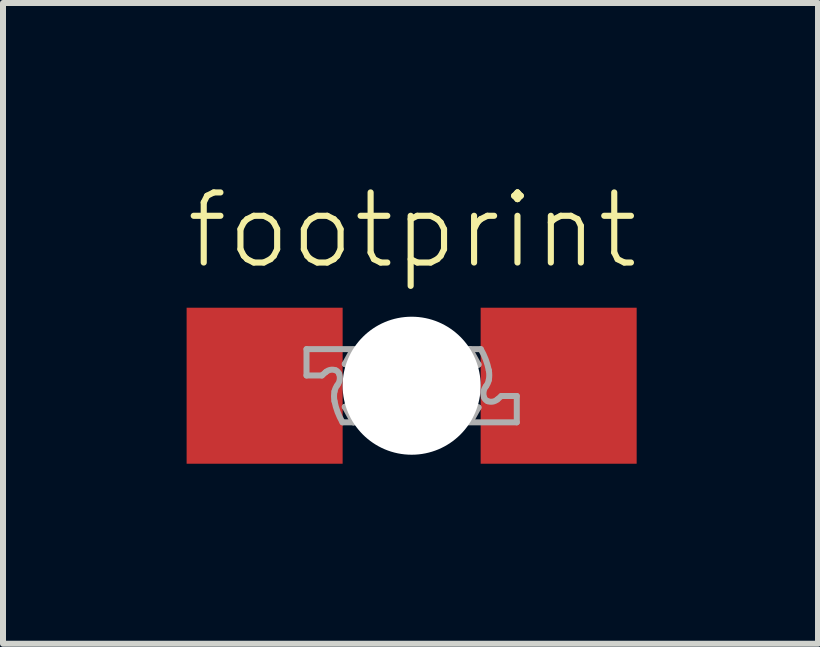
<source format=kicad_pcb>
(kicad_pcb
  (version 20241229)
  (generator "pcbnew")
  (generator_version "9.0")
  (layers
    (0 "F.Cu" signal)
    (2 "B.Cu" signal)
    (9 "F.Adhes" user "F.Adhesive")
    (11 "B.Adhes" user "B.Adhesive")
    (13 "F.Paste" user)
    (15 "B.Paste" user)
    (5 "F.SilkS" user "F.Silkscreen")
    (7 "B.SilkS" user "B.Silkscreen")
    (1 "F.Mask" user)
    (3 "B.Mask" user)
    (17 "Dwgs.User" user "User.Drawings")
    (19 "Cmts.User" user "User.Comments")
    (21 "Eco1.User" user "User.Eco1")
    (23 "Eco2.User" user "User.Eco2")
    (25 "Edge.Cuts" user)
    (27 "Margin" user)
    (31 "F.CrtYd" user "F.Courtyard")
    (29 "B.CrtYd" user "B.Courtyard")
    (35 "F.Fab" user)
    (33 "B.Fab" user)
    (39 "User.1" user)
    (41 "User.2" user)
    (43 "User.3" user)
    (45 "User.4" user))
  (footprint "footprint"
    (layer "F.Cu")
    (at 3.81 3.378)
    (property "Reference" "footprint" (at -3.81 -1.905 0) (layer "F.SilkS") (effects (font (size 1.168 1.168) (thickness 0.102)) (justify left bottom)))
    (fp_poly (pts (xy -3.007 -0.176) (xy -2.997 -0.176) (xy -2.997 -0.185) (xy -3.007 -0.185)) (stroke (width 0) (type solid)) (fill yes) (layer "F.Cu"))
    (fp_poly (pts (xy 2.503 -0.014) (xy 2.494 -0.014) (xy 2.494 -0.005) (xy 2.503 -0.005)) (stroke (width 0) (type solid)) (fill yes) (layer "F.Cu"))
    (fp_poly (pts (xy -1.825 0.2) (xy -1.15 0.2) (xy -1.15 -0.9) (xy -1.825 -0.9)) (stroke (width 0) (type solid)) (fill yes) (layer "F.Mask"))
    (fp_poly (pts (xy 1.825 -0.2) (xy 1.15 -0.2) (xy 1.15 0.9) (xy 1.825 0.9)) (stroke (width 0) (type solid)) (fill yes) (layer "F.Mask"))
    (fp_line (start -0.305 0.048) (end -0.305 -0.048) (stroke (width 0.1) (type solid)) (layer "F.SilkS"))
    (fp_line (start -0.086 -0.267) (end 0.229 -0.267) (stroke (width 0.1) (type solid)) (layer "F.SilkS"))
    (fp_line (start -0.086 0.267) (end 0.229 0.267) (stroke (width 0.1) (type solid)) (layer "F.SilkS"))
    (fp_line (start 0.229 -0.267) (end 0.543 -0.295) (stroke (width 0.1) (type solid)) (layer "F.SilkS"))
    (fp_line (start 0.543 0.295) (end 0.229 0.267) (stroke (width 0.1) (type solid)) (layer "F.SilkS"))
    (fp_arc (start -0.3048 -0.0476) (mid -0.240626 -0.202528) (end -0.085698 -0.2667) (stroke (width 0.1) (type solid)) (layer "F.SilkS"))
    (fp_arc (start -0.0857 0.2667) (mid -0.240628 0.202526) (end -0.3048 0.047598) (stroke (width 0.1) (type solid)) (layer "F.SilkS"))
    (fp_arc (start 0.5429 -0.2952) (mid 0.625631 -0.28408) (end 0.695301 -0.2381) (stroke (width 0.1) (type solid)) (layer "F.SilkS"))
    (fp_arc (start 0.6953 -0.2381) (mid 0.768602 -0.128263) (end 0.799999 0) (stroke (width 0.1) (type solid)) (layer "F.SilkS"))
    (fp_arc (start 0.695301 0.2381) (mid 0.625631 0.28408) (end 0.5429 0.2952) (stroke (width 0.1) (type solid)) (layer "F.SilkS"))
    (fp_arc (start 0.799999 0) (mid 0.768601 0.128263) (end 0.6953 0.2381) (stroke (width 0.1) (type solid)) (layer "F.SilkS"))
    (fp_circle (center 0 0) (end 0.952 0) (stroke (width 0.1) (type solid)) (fill no) (layer "F.SilkS"))
    (fp_poly (pts (xy -0.1 0.1) (xy 0.1 0.1) (xy 0.1 -0.1) (xy -0.1 -0.1)) (stroke (width 0) (type solid)) (fill yes) (layer "F.SilkS"))
    (fp_poly (pts (xy -1.8 0.05) (xy -1.175 0.05) (xy -1.175 -0.725) (xy -1.8 -0.725)) (stroke (width 0) (type solid)) (fill yes) (layer "F.Paste"))
    (fp_poly (pts (xy 1.8 -0.05) (xy 1.175 -0.05) (xy 1.175 0.725) (xy 1.8 0.725)) (stroke (width 0) (type solid)) (fill yes) (layer "F.Paste"))
    (fp_line (start -1.752 -0.61) (end -1.752 -0.171) (stroke (width 0.1) (type solid)) (layer "F.Fab"))
    (fp_line (start -1.752 -0.171) (end -1.495 -0.171) (stroke (width 0.1) (type solid)) (layer "F.Fab"))
    (fp_line (start -1.495 -0.171) (end -1.429 -0.229) (stroke (width 0.1) (type solid)) (layer "F.Fab"))
    (fp_line (start -1.152 0.61) (end -0.971 0.61) (stroke (width 0.1) (type solid)) (layer "F.Fab"))
    (fp_line (start -1.114 -0.362) (end -0.971 -0.295) (stroke (width 0.1) (type solid)) (layer "F.Fab"))
    (fp_line (start -1.114 0.352) (end -0.971 0.61) (stroke (width 0.1) (type solid)) (layer "F.Fab"))
    (fp_line (start -0.981 -0.6) (end -1.114 -0.362) (stroke (width 0.1) (type solid)) (layer "F.Fab"))
    (fp_line (start -0.971 0.61) (end -0.752 0.61) (stroke (width 0.1) (type solid)) (layer "F.Fab"))
    (fp_line (start -0.933 0.267) (end -1.114 0.352) (stroke (width 0.1) (type solid)) (layer "F.Fab"))
    (fp_line (start -0.8 -0.61) (end -1.752 -0.61) (stroke (width 0.1) (type solid)) (layer "F.Fab"))
    (fp_line (start 0.8 0.61) (end 1.752 0.61) (stroke (width 0.1) (type solid)) (layer "F.Fab"))
    (fp_line (start 0.933 -0.267) (end 1.114 -0.352) (stroke (width 0.1) (type solid)) (layer "F.Fab"))
    (fp_line (start 0.971 -0.61) (end 0.752 -0.61) (stroke (width 0.1) (type solid)) (layer "F.Fab"))
    (fp_line (start 0.981 0.6) (end 1.114 0.362) (stroke (width 0.1) (type solid)) (layer "F.Fab"))
    (fp_line (start 1.114 -0.352) (end 0.971 -0.61) (stroke (width 0.1) (type solid)) (layer "F.Fab"))
    (fp_line (start 1.114 0.362) (end 0.971 0.295) (stroke (width 0.1) (type solid)) (layer "F.Fab"))
    (fp_line (start 1.152 -0.61) (end 0.971 -0.61) (stroke (width 0.1) (type solid)) (layer "F.Fab"))
    (fp_line (start 1.495 0.171) (end 1.429 0.229) (stroke (width 0.1) (type solid)) (layer "F.Fab"))
    (fp_line (start 1.752 0.171) (end 1.495 0.171) (stroke (width 0.1) (type solid)) (layer "F.Fab"))
    (fp_line (start 1.752 0.61) (end 1.752 0.171) (stroke (width 0.1) (type solid)) (layer "F.Fab"))
    (fp_arc (start -1.4286 -0.2286) (mid -1.351549 -0.265) (end -1.2667 -0.257101) (stroke (width 0.1) (type solid)) (layer "F.Fab"))
    (fp_arc (start -1.2857 0.0952) (mid -1.26804 0.040058) (end -1.2381 -0.0095) (stroke (width 0.1) (type solid)) (layer "F.Fab"))
    (fp_arc (start -1.2857 0.2571) (mid -1.293545 0.17615) (end -1.2857 0.0952) (stroke (width 0.1) (type solid)) (layer "F.Fab"))
    (fp_arc (start -1.2667 -0.2571) (mid -1.231954 -0.234707) (end -1.2095 -0.2) (stroke (width 0.1) (type solid)) (layer "F.Fab"))
    (fp_arc (start -1.2095 -0.2) (mid -1.198909 -0.101013) (end -1.2381 -0.0095) (stroke (width 0.1) (type solid)) (layer "F.Fab"))
    (fp_arc (start -1.1524 0.6095) (mid -1.233929 0.438928) (end -1.2857 0.2571) (stroke (width 0.1) (type solid)) (layer "F.Fab"))
    (fp_arc (start 1.1524 -0.6095) (mid 1.233929 -0.438928) (end 1.2857 -0.2571) (stroke (width 0.1) (type solid)) (layer "F.Fab"))
    (fp_arc (start 1.2095 0.2) (mid 1.198909 0.101013) (end 1.2381 0.0095) (stroke (width 0.1) (type solid)) (layer "F.Fab"))
    (fp_arc (start 1.2667 0.2571) (mid 1.231954 0.234707) (end 1.2095 0.2) (stroke (width 0.1) (type solid)) (layer "F.Fab"))
    (fp_arc (start 1.2857 -0.2571) (mid 1.293545 -0.17615) (end 1.2857 -0.0952) (stroke (width 0.1) (type solid)) (layer "F.Fab"))
    (fp_arc (start 1.2857 -0.0952) (mid 1.26804 -0.040058) (end 1.2381 0.0095) (stroke (width 0.1) (type solid)) (layer "F.Fab"))
    (fp_arc (start 1.4286 0.2286) (mid 1.351549 0.265) (end 1.2667 0.257101) (stroke (width 0.1) (type solid)) (layer "F.Fab"))
    (pad "" np_thru_hole circle (at 0 0) (size 2.3 2.3) (drill 2.3) (layers "*.Cu" "*.Mask"))
    (pad "A" smd rect (at -2.45 0) (size 2.6 2.6) (layers "F.Cu"))
    (pad "C" smd rect (at 2.45 0 180) (size 2.6 2.6) (layers "F.Cu")))
  (gr_rect
    (start -3 -3)
    (end 10.582 7.678)
    (stroke (width 0.1) (type default))
    (fill no)
    (layer "Edge.Cuts")))
</source>
